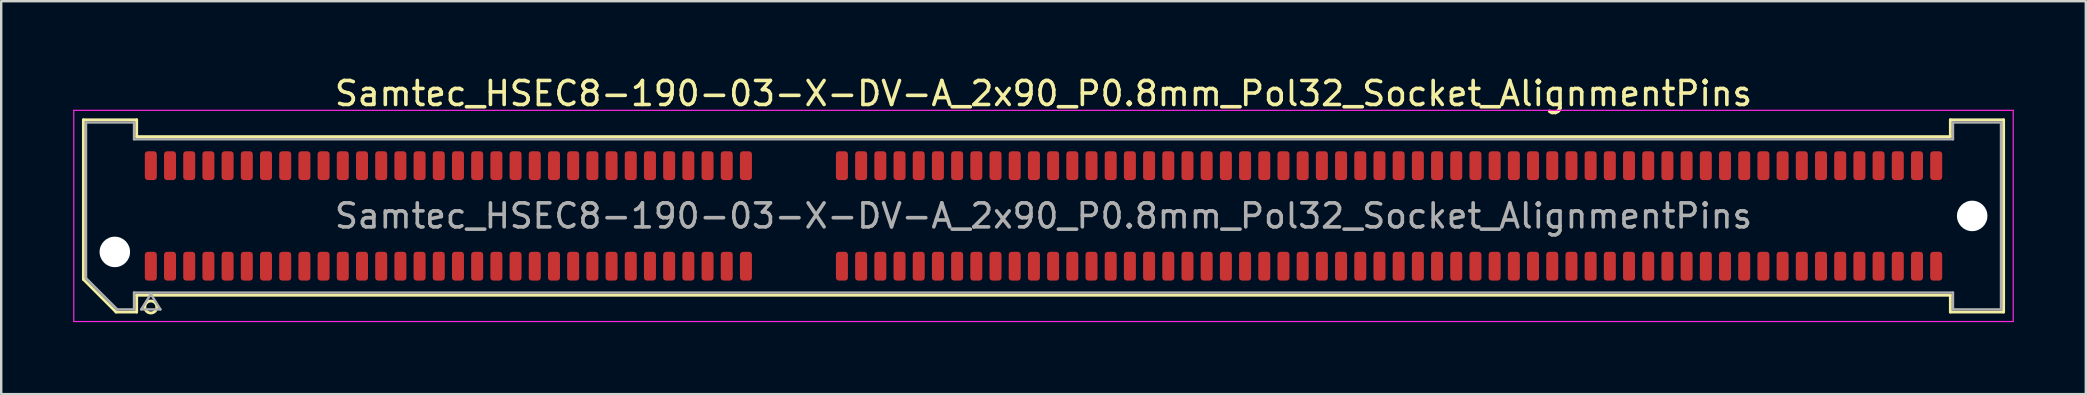
<source format=kicad_pcb>
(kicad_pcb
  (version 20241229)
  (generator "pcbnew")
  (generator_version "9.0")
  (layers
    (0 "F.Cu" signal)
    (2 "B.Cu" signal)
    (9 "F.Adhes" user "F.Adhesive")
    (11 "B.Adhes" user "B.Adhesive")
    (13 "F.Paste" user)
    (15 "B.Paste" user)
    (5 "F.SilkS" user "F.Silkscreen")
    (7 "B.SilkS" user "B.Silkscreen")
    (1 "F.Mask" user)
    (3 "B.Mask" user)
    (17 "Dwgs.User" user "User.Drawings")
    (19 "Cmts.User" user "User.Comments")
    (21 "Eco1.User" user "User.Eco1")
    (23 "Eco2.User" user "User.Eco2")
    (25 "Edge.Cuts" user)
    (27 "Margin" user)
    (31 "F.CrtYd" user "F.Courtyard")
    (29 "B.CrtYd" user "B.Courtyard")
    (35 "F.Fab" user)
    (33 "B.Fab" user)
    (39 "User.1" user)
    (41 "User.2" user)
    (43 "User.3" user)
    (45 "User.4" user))
  (footprint "Samtec_HSEC8-190-03-X-DV-A_2x90_P0.8mm_Pol32_Socket_AlignmentPins"
    (layer "F.Cu")
    (at 40.435 5.948)
    (property "Reference" "Samtec_HSEC8-190-03-X-DV-A_2x90_P0.8mm_Pol32_Socket_AlignmentPins" (at 0 -5.1 0) (layer "F.SilkS") (effects (font (size 1 1) (thickness 0.15))))
    (attr smd)
    (fp_line (start -40.01 -4.005) (end -37.79 -4.005) (stroke (width 0.12) (type solid)) (layer "F.SilkS"))
    (fp_line (start -40.01 2.641) (end -40.01 -4.005) (stroke (width 0.12) (type solid)) (layer "F.SilkS"))
    (fp_line (start -38.646 4.005) (end -40.01 2.641) (stroke (width 0.12) (type solid)) (layer "F.SilkS"))
    (fp_line (start -37.79 -4.005) (end -37.79 -3.305) (stroke (width 0.12) (type solid)) (layer "F.SilkS"))
    (fp_line (start -37.79 -3.305) (end 37.79 -3.305) (stroke (width 0.12) (type solid)) (layer "F.SilkS"))
    (fp_line (start -37.79 3.305) (end -37.79 4.005) (stroke (width 0.12) (type solid)) (layer "F.SilkS"))
    (fp_line (start -37.79 4.005) (end -38.646 4.005) (stroke (width 0.12) (type solid)) (layer "F.SilkS"))
    (fp_line (start 37.79 -4.005) (end 40.01 -4.005) (stroke (width 0.12) (type solid)) (layer "F.SilkS"))
    (fp_line (start 37.79 -3.305) (end 37.79 -4.005) (stroke (width 0.12) (type solid)) (layer "F.SilkS"))
    (fp_line (start 37.79 3.305) (end -37.79 3.305) (stroke (width 0.12) (type solid)) (layer "F.SilkS"))
    (fp_line (start 37.79 4.005) (end 37.79 3.305) (stroke (width 0.12) (type solid)) (layer "F.SilkS"))
    (fp_line (start 40.01 -4.005) (end 40.01 4.005) (stroke (width 0.12) (type solid)) (layer "F.SilkS"))
    (fp_line (start 40.01 4.005) (end 37.79 4.005) (stroke (width 0.12) (type solid)) (layer "F.SilkS"))
    (fp_arc (start -36.95 3.795) (mid -37.45 3.795) (end -36.95 3.795) (stroke (width 0.12) (type solid)) (layer "F.SilkS"))
    (fp_line (start -40.41 -4.4) (end -40.41 4.4) (stroke (width 0.05) (type solid)) (layer "F.CrtYd"))
    (fp_line (start -40.41 4.4) (end 40.41 4.4) (stroke (width 0.05) (type solid)) (layer "F.CrtYd"))
    (fp_line (start 40.41 -4.4) (end -40.41 -4.4) (stroke (width 0.05) (type solid)) (layer "F.CrtYd"))
    (fp_line (start 40.41 4.4) (end 40.41 -4.4) (stroke (width 0.05) (type solid)) (layer "F.CrtYd"))
    (fp_line (start -39.9 -3.895) (end -37.9 -3.895) (stroke (width 0.1) (type solid)) (layer "F.Fab"))
    (fp_line (start -39.9 2.595) (end -39.9 -3.895) (stroke (width 0.1) (type solid)) (layer "F.Fab"))
    (fp_line (start -38.6 3.895) (end -39.9 2.595) (stroke (width 0.1) (type solid)) (layer "F.Fab"))
    (fp_line (start -37.9 -3.895) (end -37.9 -3.195) (stroke (width 0.1) (type solid)) (layer "F.Fab"))
    (fp_line (start -37.9 -3.195) (end 37.9 -3.195) (stroke (width 0.1) (type solid)) (layer "F.Fab"))
    (fp_line (start -37.9 3.195) (end -37.9 3.895) (stroke (width 0.1) (type solid)) (layer "F.Fab"))
    (fp_line (start -37.9 3.895) (end -38.6 3.895) (stroke (width 0.1) (type solid)) (layer "F.Fab"))
    (fp_line (start -37.6 3.895) (end -37.2 3.255) (stroke (width 0.1) (type solid)) (layer "F.Fab"))
    (fp_line (start -37.2 3.255) (end -36.8 3.895) (stroke (width 0.1) (type solid)) (layer "F.Fab"))
    (fp_line (start -36.8 3.895) (end -37.6 3.895) (stroke (width 0.1) (type solid)) (layer "F.Fab"))
    (fp_line (start 37.9 -3.895) (end 39.9 -3.895) (stroke (width 0.1) (type solid)) (layer "F.Fab"))
    (fp_line (start 37.9 -3.195) (end 37.9 -3.895) (stroke (width 0.1) (type solid)) (layer "F.Fab"))
    (fp_line (start 37.9 3.195) (end -37.9 3.195) (stroke (width 0.1) (type solid)) (layer "F.Fab"))
    (fp_line (start 37.9 3.895) (end 37.9 3.195) (stroke (width 0.1) (type solid)) (layer "F.Fab"))
    (fp_line (start 39.9 -3.895) (end 39.9 3.895) (stroke (width 0.1) (type solid)) (layer "F.Fab"))
    (fp_line (start 39.9 3.895) (end 37.9 3.895) (stroke (width 0.1) (type solid)) (layer "F.Fab"))
    (fp_text user "${REFERENCE}" (at 0 0 0) (layer "F.Fab") (effects (font (size 1 1) (thickness 0.15))))
    (pad "" np_thru_hole circle (at -38.7 1.5) (size 1.27 1.27) (drill 1.27) (layers "*.Cu" "*.Mask"))
    (pad "" np_thru_hole circle (at 38.7 0) (size 1.27 1.27) (drill 1.27) (layers "*.Cu" "*.Mask"))
    (pad "1" smd roundrect (at -37.2 2.095) (size 0.5 1.2) (layers "F.Cu" "F.Mask" "F.Paste") (roundrect_rratio 0.25))
    (pad "2" smd roundrect (at -37.2 -2.095) (size 0.5 1.2) (layers "F.Cu" "F.Mask" "F.Paste") (roundrect_rratio 0.25))
    (pad "3" smd roundrect (at -36.4 2.095) (size 0.5 1.2) (layers "F.Cu" "F.Mask" "F.Paste") (roundrect_rratio 0.25))
    (pad "4" smd roundrect (at -36.4 -2.095) (size 0.5 1.2) (layers "F.Cu" "F.Mask" "F.Paste") (roundrect_rratio 0.25))
    (pad "5" smd roundrect (at -35.6 2.095) (size 0.5 1.2) (layers "F.Cu" "F.Mask" "F.Paste") (roundrect_rratio 0.25))
    (pad "6" smd roundrect (at -35.6 -2.095) (size 0.5 1.2) (layers "F.Cu" "F.Mask" "F.Paste") (roundrect_rratio 0.25))
    (pad "7" smd roundrect (at -34.8 2.095) (size 0.5 1.2) (layers "F.Cu" "F.Mask" "F.Paste") (roundrect_rratio 0.25))
    (pad "8" smd roundrect (at -34.8 -2.095) (size 0.5 1.2) (layers "F.Cu" "F.Mask" "F.Paste") (roundrect_rratio 0.25))
    (pad "9" smd roundrect (at -34 2.095) (size 0.5 1.2) (layers "F.Cu" "F.Mask" "F.Paste") (roundrect_rratio 0.25))
    (pad "10" smd roundrect (at -34 -2.095) (size 0.5 1.2) (layers "F.Cu" "F.Mask" "F.Paste") (roundrect_rratio 0.25))
    (pad "11" smd roundrect (at -33.2 2.095) (size 0.5 1.2) (layers "F.Cu" "F.Mask" "F.Paste") (roundrect_rratio 0.25))
    (pad "12" smd roundrect (at -33.2 -2.095) (size 0.5 1.2) (layers "F.Cu" "F.Mask" "F.Paste") (roundrect_rratio 0.25))
    (pad "13" smd roundrect (at -32.4 2.095) (size 0.5 1.2) (layers "F.Cu" "F.Mask" "F.Paste") (roundrect_rratio 0.25))
    (pad "14" smd roundrect (at -32.4 -2.095) (size 0.5 1.2) (layers "F.Cu" "F.Mask" "F.Paste") (roundrect_rratio 0.25))
    (pad "15" smd roundrect (at -31.6 2.095) (size 0.5 1.2) (layers "F.Cu" "F.Mask" "F.Paste") (roundrect_rratio 0.25))
    (pad "16" smd roundrect (at -31.6 -2.095) (size 0.5 1.2) (layers "F.Cu" "F.Mask" "F.Paste") (roundrect_rratio 0.25))
    (pad "17" smd roundrect (at -30.8 2.095) (size 0.5 1.2) (layers "F.Cu" "F.Mask" "F.Paste") (roundrect_rratio 0.25))
    (pad "18" smd roundrect (at -30.8 -2.095) (size 0.5 1.2) (layers "F.Cu" "F.Mask" "F.Paste") (roundrect_rratio 0.25))
    (pad "19" smd roundrect (at -30 2.095) (size 0.5 1.2) (layers "F.Cu" "F.Mask" "F.Paste") (roundrect_rratio 0.25))
    (pad "20" smd roundrect (at -30 -2.095) (size 0.5 1.2) (layers "F.Cu" "F.Mask" "F.Paste") (roundrect_rratio 0.25))
    (pad "21" smd roundrect (at -29.2 2.095) (size 0.5 1.2) (layers "F.Cu" "F.Mask" "F.Paste") (roundrect_rratio 0.25))
    (pad "22" smd roundrect (at -29.2 -2.095) (size 0.5 1.2) (layers "F.Cu" "F.Mask" "F.Paste") (roundrect_rratio 0.25))
    (pad "23" smd roundrect (at -28.4 2.095) (size 0.5 1.2) (layers "F.Cu" "F.Mask" "F.Paste") (roundrect_rratio 0.25))
    (pad "24" smd roundrect (at -28.4 -2.095) (size 0.5 1.2) (layers "F.Cu" "F.Mask" "F.Paste") (roundrect_rratio 0.25))
    (pad "25" smd roundrect (at -27.6 2.095) (size 0.5 1.2) (layers "F.Cu" "F.Mask" "F.Paste") (roundrect_rratio 0.25))
    (pad "26" smd roundrect (at -27.6 -2.095) (size 0.5 1.2) (layers "F.Cu" "F.Mask" "F.Paste") (roundrect_rratio 0.25))
    (pad "27" smd roundrect (at -26.8 2.095) (size 0.5 1.2) (layers "F.Cu" "F.Mask" "F.Paste") (roundrect_rratio 0.25))
    (pad "28" smd roundrect (at -26.8 -2.095) (size 0.5 1.2) (layers "F.Cu" "F.Mask" "F.Paste") (roundrect_rratio 0.25))
    (pad "29" smd roundrect (at -26 2.095) (size 0.5 1.2) (layers "F.Cu" "F.Mask" "F.Paste") (roundrect_rratio 0.25))
    (pad "30" smd roundrect (at -26 -2.095) (size 0.5 1.2) (layers "F.Cu" "F.Mask" "F.Paste") (roundrect_rratio 0.25))
    (pad "31" smd roundrect (at -25.2 2.095) (size 0.5 1.2) (layers "F.Cu" "F.Mask" "F.Paste") (roundrect_rratio 0.25))
    (pad "32" smd roundrect (at -25.2 -2.095) (size 0.5 1.2) (layers "F.Cu" "F.Mask" "F.Paste") (roundrect_rratio 0.25))
    (pad "33" smd roundrect (at -24.4 2.095) (size 0.5 1.2) (layers "F.Cu" "F.Mask" "F.Paste") (roundrect_rratio 0.25))
    (pad "34" smd roundrect (at -24.4 -2.095) (size 0.5 1.2) (layers "F.Cu" "F.Mask" "F.Paste") (roundrect_rratio 0.25))
    (pad "35" smd roundrect (at -23.6 2.095) (size 0.5 1.2) (layers "F.Cu" "F.Mask" "F.Paste") (roundrect_rratio 0.25))
    (pad "36" smd roundrect (at -23.6 -2.095) (size 0.5 1.2) (layers "F.Cu" "F.Mask" "F.Paste") (roundrect_rratio 0.25))
    (pad "37" smd roundrect (at -22.8 2.095) (size 0.5 1.2) (layers "F.Cu" "F.Mask" "F.Paste") (roundrect_rratio 0.25))
    (pad "38" smd roundrect (at -22.8 -2.095) (size 0.5 1.2) (layers "F.Cu" "F.Mask" "F.Paste") (roundrect_rratio 0.25))
    (pad "39" smd roundrect (at -22 2.095) (size 0.5 1.2) (layers "F.Cu" "F.Mask" "F.Paste") (roundrect_rratio 0.25))
    (pad "40" smd roundrect (at -22 -2.095) (size 0.5 1.2) (layers "F.Cu" "F.Mask" "F.Paste") (roundrect_rratio 0.25))
    (pad "41" smd roundrect (at -21.2 2.095) (size 0.5 1.2) (layers "F.Cu" "F.Mask" "F.Paste") (roundrect_rratio 0.25))
    (pad "42" smd roundrect (at -21.2 -2.095) (size 0.5 1.2) (layers "F.Cu" "F.Mask" "F.Paste") (roundrect_rratio 0.25))
    (pad "43" smd roundrect (at -20.4 2.095) (size 0.5 1.2) (layers "F.Cu" "F.Mask" "F.Paste") (roundrect_rratio 0.25))
    (pad "44" smd roundrect (at -20.4 -2.095) (size 0.5 1.2) (layers "F.Cu" "F.Mask" "F.Paste") (roundrect_rratio 0.25))
    (pad "45" smd roundrect (at -19.6 2.095) (size 0.5 1.2) (layers "F.Cu" "F.Mask" "F.Paste") (roundrect_rratio 0.25))
    (pad "46" smd roundrect (at -19.6 -2.095) (size 0.5 1.2) (layers "F.Cu" "F.Mask" "F.Paste") (roundrect_rratio 0.25))
    (pad "47" smd roundrect (at -18.8 2.095) (size 0.5 1.2) (layers "F.Cu" "F.Mask" "F.Paste") (roundrect_rratio 0.25))
    (pad "48" smd roundrect (at -18.8 -2.095) (size 0.5 1.2) (layers "F.Cu" "F.Mask" "F.Paste") (roundrect_rratio 0.25))
    (pad "49" smd roundrect (at -18 2.095) (size 0.5 1.2) (layers "F.Cu" "F.Mask" "F.Paste") (roundrect_rratio 0.25))
    (pad "50" smd roundrect (at -18 -2.095) (size 0.5 1.2) (layers "F.Cu" "F.Mask" "F.Paste") (roundrect_rratio 0.25))
    (pad "51" smd roundrect (at -17.2 2.095) (size 0.5 1.2) (layers "F.Cu" "F.Mask" "F.Paste") (roundrect_rratio 0.25))
    (pad "52" smd roundrect (at -17.2 -2.095) (size 0.5 1.2) (layers "F.Cu" "F.Mask" "F.Paste") (roundrect_rratio 0.25))
    (pad "53" smd roundrect (at -16.4 2.095) (size 0.5 1.2) (layers "F.Cu" "F.Mask" "F.Paste") (roundrect_rratio 0.25))
    (pad "54" smd roundrect (at -16.4 -2.095) (size 0.5 1.2) (layers "F.Cu" "F.Mask" "F.Paste") (roundrect_rratio 0.25))
    (pad "55" smd roundrect (at -15.6 2.095) (size 0.5 1.2) (layers "F.Cu" "F.Mask" "F.Paste") (roundrect_rratio 0.25))
    (pad "56" smd roundrect (at -15.6 -2.095) (size 0.5 1.2) (layers "F.Cu" "F.Mask" "F.Paste") (roundrect_rratio 0.25))
    (pad "57" smd roundrect (at -14.8 2.095) (size 0.5 1.2) (layers "F.Cu" "F.Mask" "F.Paste") (roundrect_rratio 0.25))
    (pad "58" smd roundrect (at -14.8 -2.095) (size 0.5 1.2) (layers "F.Cu" "F.Mask" "F.Paste") (roundrect_rratio 0.25))
    (pad "59" smd roundrect (at -14 2.095) (size 0.5 1.2) (layers "F.Cu" "F.Mask" "F.Paste") (roundrect_rratio 0.25))
    (pad "60" smd roundrect (at -14 -2.095) (size 0.5 1.2) (layers "F.Cu" "F.Mask" "F.Paste") (roundrect_rratio 0.25))
    (pad "61" smd roundrect (at -13.2 2.095) (size 0.5 1.2) (layers "F.Cu" "F.Mask" "F.Paste") (roundrect_rratio 0.25))
    (pad "62" smd roundrect (at -13.2 -2.095) (size 0.5 1.2) (layers "F.Cu" "F.Mask" "F.Paste") (roundrect_rratio 0.25))
    (pad "63" smd roundrect (at -12.4 2.095) (size 0.5 1.2) (layers "F.Cu" "F.Mask" "F.Paste") (roundrect_rratio 0.25))
    (pad "64" smd roundrect (at -12.4 -2.095) (size 0.5 1.2) (layers "F.Cu" "F.Mask" "F.Paste") (roundrect_rratio 0.25))
    (pad "65" smd roundrect (at -8.4 2.095) (size 0.5 1.2) (layers "F.Cu" "F.Mask" "F.Paste") (roundrect_rratio 0.25))
    (pad "66" smd roundrect (at -8.4 -2.095) (size 0.5 1.2) (layers "F.Cu" "F.Mask" "F.Paste") (roundrect_rratio 0.25))
    (pad "67" smd roundrect (at -7.6 2.095) (size 0.5 1.2) (layers "F.Cu" "F.Mask" "F.Paste") (roundrect_rratio 0.25))
    (pad "68" smd roundrect (at -7.6 -2.095) (size 0.5 1.2) (layers "F.Cu" "F.Mask" "F.Paste") (roundrect_rratio 0.25))
    (pad "69" smd roundrect (at -6.8 2.095) (size 0.5 1.2) (layers "F.Cu" "F.Mask" "F.Paste") (roundrect_rratio 0.25))
    (pad "70" smd roundrect (at -6.8 -2.095) (size 0.5 1.2) (layers "F.Cu" "F.Mask" "F.Paste") (roundrect_rratio 0.25))
    (pad "71" smd roundrect (at -6 2.095) (size 0.5 1.2) (layers "F.Cu" "F.Mask" "F.Paste") (roundrect_rratio 0.25))
    (pad "72" smd roundrect (at -6 -2.095) (size 0.5 1.2) (layers "F.Cu" "F.Mask" "F.Paste") (roundrect_rratio 0.25))
    (pad "73" smd roundrect (at -5.2 2.095) (size 0.5 1.2) (layers "F.Cu" "F.Mask" "F.Paste") (roundrect_rratio 0.25))
    (pad "74" smd roundrect (at -5.2 -2.095) (size 0.5 1.2) (layers "F.Cu" "F.Mask" "F.Paste") (roundrect_rratio 0.25))
    (pad "75" smd roundrect (at -4.4 2.095) (size 0.5 1.2) (layers "F.Cu" "F.Mask" "F.Paste") (roundrect_rratio 0.25))
    (pad "76" smd roundrect (at -4.4 -2.095) (size 0.5 1.2) (layers "F.Cu" "F.Mask" "F.Paste") (roundrect_rratio 0.25))
    (pad "77" smd roundrect (at -3.6 2.095) (size 0.5 1.2) (layers "F.Cu" "F.Mask" "F.Paste") (roundrect_rratio 0.25))
    (pad "78" smd roundrect (at -3.6 -2.095) (size 0.5 1.2) (layers "F.Cu" "F.Mask" "F.Paste") (roundrect_rratio 0.25))
    (pad "79" smd roundrect (at -2.8 2.095) (size 0.5 1.2) (layers "F.Cu" "F.Mask" "F.Paste") (roundrect_rratio 0.25))
    (pad "80" smd roundrect (at -2.8 -2.095) (size 0.5 1.2) (layers "F.Cu" "F.Mask" "F.Paste") (roundrect_rratio 0.25))
    (pad "81" smd roundrect (at -2 2.095) (size 0.5 1.2) (layers "F.Cu" "F.Mask" "F.Paste") (roundrect_rratio 0.25))
    (pad "82" smd roundrect (at -2 -2.095) (size 0.5 1.2) (layers "F.Cu" "F.Mask" "F.Paste") (roundrect_rratio 0.25))
    (pad "83" smd roundrect (at -1.2 2.095) (size 0.5 1.2) (layers "F.Cu" "F.Mask" "F.Paste") (roundrect_rratio 0.25))
    (pad "84" smd roundrect (at -1.2 -2.095) (size 0.5 1.2) (layers "F.Cu" "F.Mask" "F.Paste") (roundrect_rratio 0.25))
    (pad "85" smd roundrect (at -0.4 2.095) (size 0.5 1.2) (layers "F.Cu" "F.Mask" "F.Paste") (roundrect_rratio 0.25))
    (pad "86" smd roundrect (at -0.4 -2.095) (size 0.5 1.2) (layers "F.Cu" "F.Mask" "F.Paste") (roundrect_rratio 0.25))
    (pad "87" smd roundrect (at 0.4 2.095) (size 0.5 1.2) (layers "F.Cu" "F.Mask" "F.Paste") (roundrect_rratio 0.25))
    (pad "88" smd roundrect (at 0.4 -2.095) (size 0.5 1.2) (layers "F.Cu" "F.Mask" "F.Paste") (roundrect_rratio 0.25))
    (pad "89" smd roundrect (at 1.2 2.095) (size 0.5 1.2) (layers "F.Cu" "F.Mask" "F.Paste") (roundrect_rratio 0.25))
    (pad "90" smd roundrect (at 1.2 -2.095) (size 0.5 1.2) (layers "F.Cu" "F.Mask" "F.Paste") (roundrect_rratio 0.25))
    (pad "91" smd roundrect (at 2 2.095) (size 0.5 1.2) (layers "F.Cu" "F.Mask" "F.Paste") (roundrect_rratio 0.25))
    (pad "92" smd roundrect (at 2 -2.095) (size 0.5 1.2) (layers "F.Cu" "F.Mask" "F.Paste") (roundrect_rratio 0.25))
    (pad "93" smd roundrect (at 2.8 2.095) (size 0.5 1.2) (layers "F.Cu" "F.Mask" "F.Paste") (roundrect_rratio 0.25))
    (pad "94" smd roundrect (at 2.8 -2.095) (size 0.5 1.2) (layers "F.Cu" "F.Mask" "F.Paste") (roundrect_rratio 0.25))
    (pad "95" smd roundrect (at 3.6 2.095) (size 0.5 1.2) (layers "F.Cu" "F.Mask" "F.Paste") (roundrect_rratio 0.25))
    (pad "96" smd roundrect (at 3.6 -2.095) (size 0.5 1.2) (layers "F.Cu" "F.Mask" "F.Paste") (roundrect_rratio 0.25))
    (pad "97" smd roundrect (at 4.4 2.095) (size 0.5 1.2) (layers "F.Cu" "F.Mask" "F.Paste") (roundrect_rratio 0.25))
    (pad "98" smd roundrect (at 4.4 -2.095) (size 0.5 1.2) (layers "F.Cu" "F.Mask" "F.Paste") (roundrect_rratio 0.25))
    (pad "99" smd roundrect (at 5.2 2.095) (size 0.5 1.2) (layers "F.Cu" "F.Mask" "F.Paste") (roundrect_rratio 0.25))
    (pad "100" smd roundrect (at 5.2 -2.095) (size 0.5 1.2) (layers "F.Cu" "F.Mask" "F.Paste") (roundrect_rratio 0.25))
    (pad "101" smd roundrect (at 6 2.095) (size 0.5 1.2) (layers "F.Cu" "F.Mask" "F.Paste") (roundrect_rratio 0.25))
    (pad "102" smd roundrect (at 6 -2.095) (size 0.5 1.2) (layers "F.Cu" "F.Mask" "F.Paste") (roundrect_rratio 0.25))
    (pad "103" smd roundrect (at 6.8 2.095) (size 0.5 1.2) (layers "F.Cu" "F.Mask" "F.Paste") (roundrect_rratio 0.25))
    (pad "104" smd roundrect (at 6.8 -2.095) (size 0.5 1.2) (layers "F.Cu" "F.Mask" "F.Paste") (roundrect_rratio 0.25))
    (pad "105" smd roundrect (at 7.6 2.095) (size 0.5 1.2) (layers "F.Cu" "F.Mask" "F.Paste") (roundrect_rratio 0.25))
    (pad "106" smd roundrect (at 7.6 -2.095) (size 0.5 1.2) (layers "F.Cu" "F.Mask" "F.Paste") (roundrect_rratio 0.25))
    (pad "107" smd roundrect (at 8.4 2.095) (size 0.5 1.2) (layers "F.Cu" "F.Mask" "F.Paste") (roundrect_rratio 0.25))
    (pad "108" smd roundrect (at 8.4 -2.095) (size 0.5 1.2) (layers "F.Cu" "F.Mask" "F.Paste") (roundrect_rratio 0.25))
    (pad "109" smd roundrect (at 9.2 2.095) (size 0.5 1.2) (layers "F.Cu" "F.Mask" "F.Paste") (roundrect_rratio 0.25))
    (pad "110" smd roundrect (at 9.2 -2.095) (size 0.5 1.2) (layers "F.Cu" "F.Mask" "F.Paste") (roundrect_rratio 0.25))
    (pad "111" smd roundrect (at 10 2.095) (size 0.5 1.2) (layers "F.Cu" "F.Mask" "F.Paste") (roundrect_rratio 0.25))
    (pad "112" smd roundrect (at 10 -2.095) (size 0.5 1.2) (layers "F.Cu" "F.Mask" "F.Paste") (roundrect_rratio 0.25))
    (pad "113" smd roundrect (at 10.8 2.095) (size 0.5 1.2) (layers "F.Cu" "F.Mask" "F.Paste") (roundrect_rratio 0.25))
    (pad "114" smd roundrect (at 10.8 -2.095) (size 0.5 1.2) (layers "F.Cu" "F.Mask" "F.Paste") (roundrect_rratio 0.25))
    (pad "115" smd roundrect (at 11.6 2.095) (size 0.5 1.2) (layers "F.Cu" "F.Mask" "F.Paste") (roundrect_rratio 0.25))
    (pad "116" smd roundrect (at 11.6 -2.095) (size 0.5 1.2) (layers "F.Cu" "F.Mask" "F.Paste") (roundrect_rratio 0.25))
    (pad "117" smd roundrect (at 12.4 2.095) (size 0.5 1.2) (layers "F.Cu" "F.Mask" "F.Paste") (roundrect_rratio 0.25))
    (pad "118" smd roundrect (at 12.4 -2.095) (size 0.5 1.2) (layers "F.Cu" "F.Mask" "F.Paste") (roundrect_rratio 0.25))
    (pad "119" smd roundrect (at 13.2 2.095) (size 0.5 1.2) (layers "F.Cu" "F.Mask" "F.Paste") (roundrect_rratio 0.25))
    (pad "120" smd roundrect (at 13.2 -2.095) (size 0.5 1.2) (layers "F.Cu" "F.Mask" "F.Paste") (roundrect_rratio 0.25))
    (pad "121" smd roundrect (at 14 2.095) (size 0.5 1.2) (layers "F.Cu" "F.Mask" "F.Paste") (roundrect_rratio 0.25))
    (pad "122" smd roundrect (at 14 -2.095) (size 0.5 1.2) (layers "F.Cu" "F.Mask" "F.Paste") (roundrect_rratio 0.25))
    (pad "123" smd roundrect (at 14.8 2.095) (size 0.5 1.2) (layers "F.Cu" "F.Mask" "F.Paste") (roundrect_rratio 0.25))
    (pad "124" smd roundrect (at 14.8 -2.095) (size 0.5 1.2) (layers "F.Cu" "F.Mask" "F.Paste") (roundrect_rratio 0.25))
    (pad "125" smd roundrect (at 15.6 2.095) (size 0.5 1.2) (layers "F.Cu" "F.Mask" "F.Paste") (roundrect_rratio 0.25))
    (pad "126" smd roundrect (at 15.6 -2.095) (size 0.5 1.2) (layers "F.Cu" "F.Mask" "F.Paste") (roundrect_rratio 0.25))
    (pad "127" smd roundrect (at 16.4 2.095) (size 0.5 1.2) (layers "F.Cu" "F.Mask" "F.Paste") (roundrect_rratio 0.25))
    (pad "128" smd roundrect (at 16.4 -2.095) (size 0.5 1.2) (layers "F.Cu" "F.Mask" "F.Paste") (roundrect_rratio 0.25))
    (pad "129" smd roundrect (at 17.2 2.095) (size 0.5 1.2) (layers "F.Cu" "F.Mask" "F.Paste") (roundrect_rratio 0.25))
    (pad "130" smd roundrect (at 17.2 -2.095) (size 0.5 1.2) (layers "F.Cu" "F.Mask" "F.Paste") (roundrect_rratio 0.25))
    (pad "131" smd roundrect (at 18 2.095) (size 0.5 1.2) (layers "F.Cu" "F.Mask" "F.Paste") (roundrect_rratio 0.25))
    (pad "132" smd roundrect (at 18 -2.095) (size 0.5 1.2) (layers "F.Cu" "F.Mask" "F.Paste") (roundrect_rratio 0.25))
    (pad "133" smd roundrect (at 18.8 2.095) (size 0.5 1.2) (layers "F.Cu" "F.Mask" "F.Paste") (roundrect_rratio 0.25))
    (pad "134" smd roundrect (at 18.8 -2.095) (size 0.5 1.2) (layers "F.Cu" "F.Mask" "F.Paste") (roundrect_rratio 0.25))
    (pad "135" smd roundrect (at 19.6 2.095) (size 0.5 1.2) (layers "F.Cu" "F.Mask" "F.Paste") (roundrect_rratio 0.25))
    (pad "136" smd roundrect (at 19.6 -2.095) (size 0.5 1.2) (layers "F.Cu" "F.Mask" "F.Paste") (roundrect_rratio 0.25))
    (pad "137" smd roundrect (at 20.4 2.095) (size 0.5 1.2) (layers "F.Cu" "F.Mask" "F.Paste") (roundrect_rratio 0.25))
    (pad "138" smd roundrect (at 20.4 -2.095) (size 0.5 1.2) (layers "F.Cu" "F.Mask" "F.Paste") (roundrect_rratio 0.25))
    (pad "139" smd roundrect (at 21.2 2.095) (size 0.5 1.2) (layers "F.Cu" "F.Mask" "F.Paste") (roundrect_rratio 0.25))
    (pad "140" smd roundrect (at 21.2 -2.095) (size 0.5 1.2) (layers "F.Cu" "F.Mask" "F.Paste") (roundrect_rratio 0.25))
    (pad "141" smd roundrect (at 22 2.095) (size 0.5 1.2) (layers "F.Cu" "F.Mask" "F.Paste") (roundrect_rratio 0.25))
    (pad "142" smd roundrect (at 22 -2.095) (size 0.5 1.2) (layers "F.Cu" "F.Mask" "F.Paste") (roundrect_rratio 0.25))
    (pad "143" smd roundrect (at 22.8 2.095) (size 0.5 1.2) (layers "F.Cu" "F.Mask" "F.Paste") (roundrect_rratio 0.25))
    (pad "144" smd roundrect (at 22.8 -2.095) (size 0.5 1.2) (layers "F.Cu" "F.Mask" "F.Paste") (roundrect_rratio 0.25))
    (pad "145" smd roundrect (at 23.6 2.095) (size 0.5 1.2) (layers "F.Cu" "F.Mask" "F.Paste") (roundrect_rratio 0.25))
    (pad "146" smd roundrect (at 23.6 -2.095) (size 0.5 1.2) (layers "F.Cu" "F.Mask" "F.Paste") (roundrect_rratio 0.25))
    (pad "147" smd roundrect (at 24.4 2.095) (size 0.5 1.2) (layers "F.Cu" "F.Mask" "F.Paste") (roundrect_rratio 0.25))
    (pad "148" smd roundrect (at 24.4 -2.095) (size 0.5 1.2) (layers "F.Cu" "F.Mask" "F.Paste") (roundrect_rratio 0.25))
    (pad "149" smd roundrect (at 25.2 2.095) (size 0.5 1.2) (layers "F.Cu" "F.Mask" "F.Paste") (roundrect_rratio 0.25))
    (pad "150" smd roundrect (at 25.2 -2.095) (size 0.5 1.2) (layers "F.Cu" "F.Mask" "F.Paste") (roundrect_rratio 0.25))
    (pad "151" smd roundrect (at 26 2.095) (size 0.5 1.2) (layers "F.Cu" "F.Mask" "F.Paste") (roundrect_rratio 0.25))
    (pad "152" smd roundrect (at 26 -2.095) (size 0.5 1.2) (layers "F.Cu" "F.Mask" "F.Paste") (roundrect_rratio 0.25))
    (pad "153" smd roundrect (at 26.8 2.095) (size 0.5 1.2) (layers "F.Cu" "F.Mask" "F.Paste") (roundrect_rratio 0.25))
    (pad "154" smd roundrect (at 26.8 -2.095) (size 0.5 1.2) (layers "F.Cu" "F.Mask" "F.Paste") (roundrect_rratio 0.25))
    (pad "155" smd roundrect (at 27.6 2.095) (size 0.5 1.2) (layers "F.Cu" "F.Mask" "F.Paste") (roundrect_rratio 0.25))
    (pad "156" smd roundrect (at 27.6 -2.095) (size 0.5 1.2) (layers "F.Cu" "F.Mask" "F.Paste") (roundrect_rratio 0.25))
    (pad "157" smd roundrect (at 28.4 2.095) (size 0.5 1.2) (layers "F.Cu" "F.Mask" "F.Paste") (roundrect_rratio 0.25))
    (pad "158" smd roundrect (at 28.4 -2.095) (size 0.5 1.2) (layers "F.Cu" "F.Mask" "F.Paste") (roundrect_rratio 0.25))
    (pad "159" smd roundrect (at 29.2 2.095) (size 0.5 1.2) (layers "F.Cu" "F.Mask" "F.Paste") (roundrect_rratio 0.25))
    (pad "160" smd roundrect (at 29.2 -2.095) (size 0.5 1.2) (layers "F.Cu" "F.Mask" "F.Paste") (roundrect_rratio 0.25))
    (pad "161" smd roundrect (at 30 2.095) (size 0.5 1.2) (layers "F.Cu" "F.Mask" "F.Paste") (roundrect_rratio 0.25))
    (pad "162" smd roundrect (at 30 -2.095) (size 0.5 1.2) (layers "F.Cu" "F.Mask" "F.Paste") (roundrect_rratio 0.25))
    (pad "163" smd roundrect (at 30.8 2.095) (size 0.5 1.2) (layers "F.Cu" "F.Mask" "F.Paste") (roundrect_rratio 0.25))
    (pad "164" smd roundrect (at 30.8 -2.095) (size 0.5 1.2) (layers "F.Cu" "F.Mask" "F.Paste") (roundrect_rratio 0.25))
    (pad "165" smd roundrect (at 31.6 2.095) (size 0.5 1.2) (layers "F.Cu" "F.Mask" "F.Paste") (roundrect_rratio 0.25))
    (pad "166" smd roundrect (at 31.6 -2.095) (size 0.5 1.2) (layers "F.Cu" "F.Mask" "F.Paste") (roundrect_rratio 0.25))
    (pad "167" smd roundrect (at 32.4 2.095) (size 0.5 1.2) (layers "F.Cu" "F.Mask" "F.Paste") (roundrect_rratio 0.25))
    (pad "168" smd roundrect (at 32.4 -2.095) (size 0.5 1.2) (layers "F.Cu" "F.Mask" "F.Paste") (roundrect_rratio 0.25))
    (pad "169" smd roundrect (at 33.2 2.095) (size 0.5 1.2) (layers "F.Cu" "F.Mask" "F.Paste") (roundrect_rratio 0.25))
    (pad "170" smd roundrect (at 33.2 -2.095) (size 0.5 1.2) (layers "F.Cu" "F.Mask" "F.Paste") (roundrect_rratio 0.25))
    (pad "171" smd roundrect (at 34 2.095) (size 0.5 1.2) (layers "F.Cu" "F.Mask" "F.Paste") (roundrect_rratio 0.25))
    (pad "172" smd roundrect (at 34 -2.095) (size 0.5 1.2) (layers "F.Cu" "F.Mask" "F.Paste") (roundrect_rratio 0.25))
    (pad "173" smd roundrect (at 34.8 2.095) (size 0.5 1.2) (layers "F.Cu" "F.Mask" "F.Paste") (roundrect_rratio 0.25))
    (pad "174" smd roundrect (at 34.8 -2.095) (size 0.5 1.2) (layers "F.Cu" "F.Mask" "F.Paste") (roundrect_rratio 0.25))
    (pad "175" smd roundrect (at 35.6 2.095) (size 0.5 1.2) (layers "F.Cu" "F.Mask" "F.Paste") (roundrect_rratio 0.25))
    (pad "176" smd roundrect (at 35.6 -2.095) (size 0.5 1.2) (layers "F.Cu" "F.Mask" "F.Paste") (roundrect_rratio 0.25))
    (pad "177" smd roundrect (at 36.4 2.095) (size 0.5 1.2) (layers "F.Cu" "F.Mask" "F.Paste") (roundrect_rratio 0.25))
    (pad "178" smd roundrect (at 36.4 -2.095) (size 0.5 1.2) (layers "F.Cu" "F.Mask" "F.Paste") (roundrect_rratio 0.25))
    (pad "179" smd roundrect (at 37.2 2.095) (size 0.5 1.2) (layers "F.Cu" "F.Mask" "F.Paste") (roundrect_rratio 0.25))
    (pad "180" smd roundrect (at 37.2 -2.095) (size 0.5 1.2) (layers "F.Cu" "F.Mask" "F.Paste") (roundrect_rratio 0.25)))
  (gr_rect
    (start -3 -3)
    (end 83.87 13.373)
    (stroke (width 0.1) (type default))
    (fill no)
    (layer "Edge.Cuts")))
</source>
